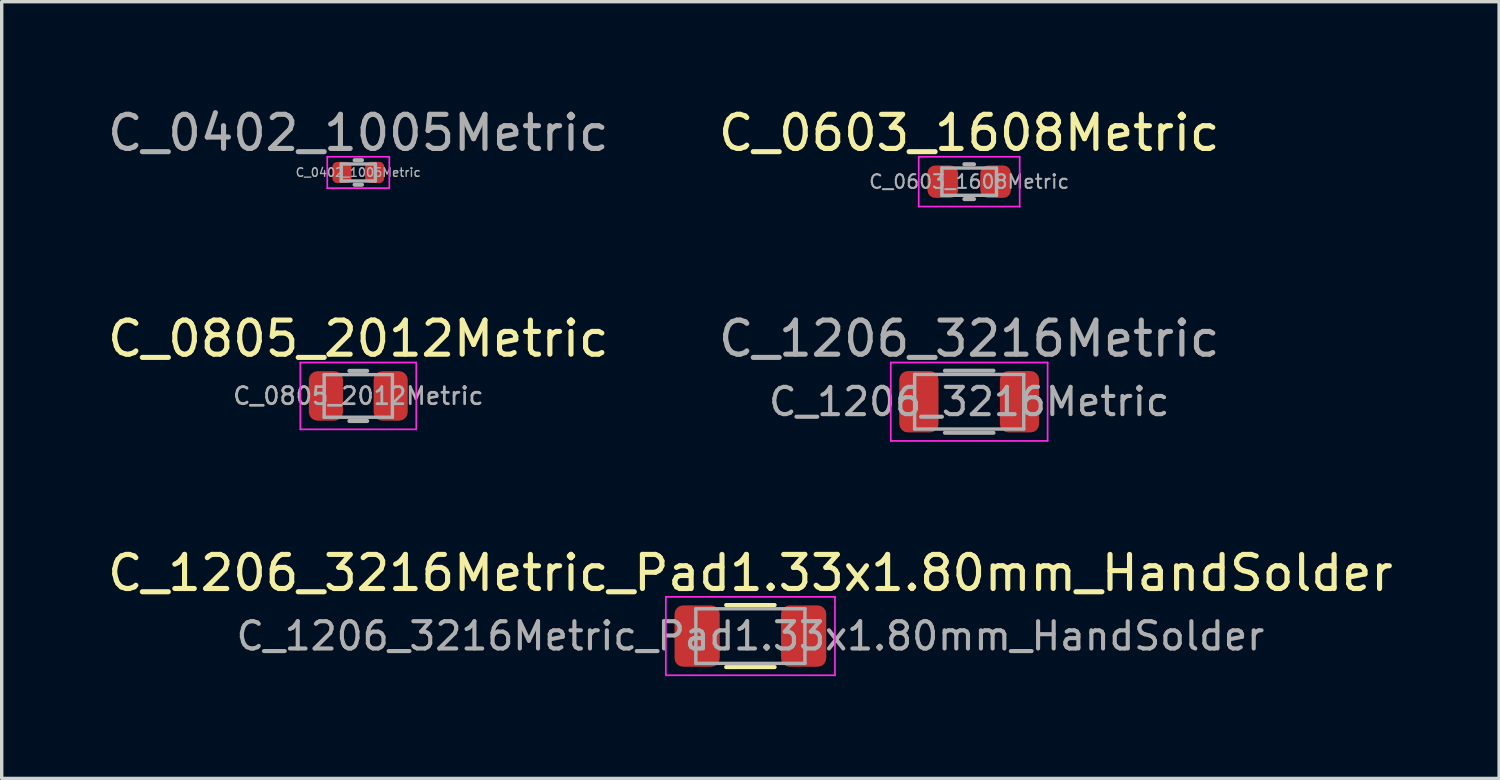
<source format=kicad_pcb>
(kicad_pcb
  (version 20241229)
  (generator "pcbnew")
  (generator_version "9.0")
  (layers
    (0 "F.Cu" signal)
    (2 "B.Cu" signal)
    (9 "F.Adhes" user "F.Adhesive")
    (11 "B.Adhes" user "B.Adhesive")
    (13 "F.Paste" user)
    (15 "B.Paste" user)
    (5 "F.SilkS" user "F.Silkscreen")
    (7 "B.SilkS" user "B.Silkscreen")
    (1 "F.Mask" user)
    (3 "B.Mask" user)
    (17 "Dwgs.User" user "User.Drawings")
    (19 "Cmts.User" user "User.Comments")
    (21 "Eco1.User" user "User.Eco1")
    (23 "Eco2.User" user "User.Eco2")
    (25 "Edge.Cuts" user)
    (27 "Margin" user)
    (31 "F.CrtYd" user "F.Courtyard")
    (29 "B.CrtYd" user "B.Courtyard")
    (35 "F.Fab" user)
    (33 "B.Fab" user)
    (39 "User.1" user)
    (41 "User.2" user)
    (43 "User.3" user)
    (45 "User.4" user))
  (footprint "C_1206_3216Metric_Pad1.33x1.80mm_HandSolder"
    (layer "F.Cu")
    (at 18.958 15.605)
    (property "Reference" "C_1206_3216Metric_Pad1.33x1.80mm_HandSolder" (at 0 -1.85 0) (layer "F.SilkS") (effects (font (size 1 1) (thickness 0.15))))
    (attr smd)
    (fp_line (start -0.711 -0.91) (end 0.711 -0.91) (stroke (width 0.12) (type solid)) (layer "F.SilkS"))
    (fp_line (start -0.711 0.91) (end 0.711 0.91) (stroke (width 0.12) (type solid)) (layer "F.SilkS"))
    (fp_line (start -2.48 -1.15) (end 2.48 -1.15) (stroke (width 0.05) (type solid)) (layer "F.CrtYd"))
    (fp_line (start -2.48 1.15) (end -2.48 -1.15) (stroke (width 0.05) (type solid)) (layer "F.CrtYd"))
    (fp_line (start 2.48 -1.15) (end 2.48 1.15) (stroke (width 0.05) (type solid)) (layer "F.CrtYd"))
    (fp_line (start 2.48 1.15) (end -2.48 1.15) (stroke (width 0.05) (type solid)) (layer "F.CrtYd"))
    (fp_line (start -1.6 -0.8) (end 1.6 -0.8) (stroke (width 0.1) (type solid)) (layer "F.Fab"))
    (fp_line (start -1.6 0.8) (end -1.6 -0.8) (stroke (width 0.1) (type solid)) (layer "F.Fab"))
    (fp_line (start 1.6 -0.8) (end 1.6 0.8) (stroke (width 0.1) (type solid)) (layer "F.Fab"))
    (fp_line (start 1.6 0.8) (end -1.6 0.8) (stroke (width 0.1) (type solid)) (layer "F.Fab"))
    (fp_text user "${REFERENCE}" (at 0 0 0) (layer "F.Fab") (effects (font (size 0.8 0.8) (thickness 0.12))))
    (pad "1" smd roundrect (at -1.562 0) (size 1.325 1.8) (layers "F.Cu" "F.Mask" "F.Paste") (roundrect_rratio 0.189))
    (pad "2" smd roundrect (at 1.562 0) (size 1.325 1.8) (layers "F.Cu" "F.Mask" "F.Paste") (roundrect_rratio 0.189)))
  (footprint "C_0805_2012Metric"
    (layer "F.Cu")
    (at 7.458 8.562)
    (property "Reference" "C_0805_2012Metric" (at 0 -1.68 0) (layer "F.SilkS") (effects (font (size 1 1) (thickness 0.15))))
    (attr smd)
    (fp_line (start -1.7 -0.98) (end 1.7 -0.98) (stroke (width 0.05) (type solid)) (layer "F.CrtYd"))
    (fp_line (start -1.7 0.98) (end -1.7 -0.98) (stroke (width 0.05) (type solid)) (layer "F.CrtYd"))
    (fp_line (start 1.7 -0.98) (end 1.7 0.98) (stroke (width 0.05) (type solid)) (layer "F.CrtYd"))
    (fp_line (start 1.7 0.98) (end -1.7 0.98) (stroke (width 0.05) (type solid)) (layer "F.CrtYd"))
    (fp_line (start -1 -0.625) (end 1 -0.625) (stroke (width 0.1) (type solid)) (layer "F.Fab"))
    (fp_line (start -1 0.625) (end -1 -0.625) (stroke (width 0.1) (type solid)) (layer "F.Fab"))
    (fp_line (start -0.261 -0.735) (end 0.261 -0.735) (stroke (width 0.12) (type solid)) (layer "F.Fab"))
    (fp_line (start -0.261 0.735) (end 0.261 0.735) (stroke (width 0.12) (type solid)) (layer "F.Fab"))
    (fp_line (start 1 -0.625) (end 1 0.625) (stroke (width 0.1) (type solid)) (layer "F.Fab"))
    (fp_line (start 1 0.625) (end -1 0.625) (stroke (width 0.1) (type solid)) (layer "F.Fab"))
    (fp_text user "${REFERENCE}" (at 0 0 0) (layer "F.Fab") (effects (font (size 0.5 0.5) (thickness 0.08))))
    (pad "1" smd roundrect (at -0.95 0) (size 1 1.45) (layers "F.Cu" "F.Mask" "F.Paste") (roundrect_rratio 0.25))
    (pad "2" smd roundrect (at 0.95 0) (size 1 1.45) (layers "F.Cu" "F.Mask" "F.Paste") (roundrect_rratio 0.25)))
  (footprint "C_1206_3216Metric"
    (layer "F.Cu")
    (at 25.375 8.732)
    (property "Reference" "C_1206_3216Metric" (at 0 -1.85 0) (layer "F.Fab") (effects (font (size 1 1) (thickness 0.15))))
    (attr smd)
    (fp_line (start -2.3 -1.15) (end 2.3 -1.15) (stroke (width 0.05) (type solid)) (layer "F.CrtYd"))
    (fp_line (start -2.3 1.15) (end -2.3 -1.15) (stroke (width 0.05) (type solid)) (layer "F.CrtYd"))
    (fp_line (start 2.3 -1.15) (end 2.3 1.15) (stroke (width 0.05) (type solid)) (layer "F.CrtYd"))
    (fp_line (start 2.3 1.15) (end -2.3 1.15) (stroke (width 0.05) (type solid)) (layer "F.CrtYd"))
    (fp_line (start -1.6 -0.8) (end 1.6 -0.8) (stroke (width 0.1) (type solid)) (layer "F.Fab"))
    (fp_line (start -1.6 0.8) (end -1.6 -0.8) (stroke (width 0.1) (type solid)) (layer "F.Fab"))
    (fp_line (start -0.711 -0.91) (end 0.711 -0.91) (stroke (width 0.12) (type solid)) (layer "F.Fab"))
    (fp_line (start -0.711 0.91) (end 0.711 0.91) (stroke (width 0.12) (type solid)) (layer "F.Fab"))
    (fp_line (start 1.6 -0.8) (end 1.6 0.8) (stroke (width 0.1) (type solid)) (layer "F.Fab"))
    (fp_line (start 1.6 0.8) (end -1.6 0.8) (stroke (width 0.1) (type solid)) (layer "F.Fab"))
    (fp_text user "${REFERENCE}" (at 0 0 0) (layer "F.Fab") (effects (font (size 0.8 0.8) (thickness 0.12))))
    (pad "1" smd roundrect (at -1.475 0) (size 1.15 1.8) (layers "F.Cu" "F.Mask" "F.Paste") (roundrect_rratio 0.217))
    (pad "2" smd roundrect (at 1.475 0) (size 1.15 1.8) (layers "F.Cu" "F.Mask" "F.Paste") (roundrect_rratio 0.217)))
  (footprint "C_0402_1005Metric"
    (layer "F.Cu")
    (at 7.458 2.008)
    (property "Reference" "C_0402_1005Metric" (at 0 -1.16 0) (layer "F.Fab") (effects (font (size 1 1) (thickness 0.15))))
    (attr smd)
    (fp_line (start -0.91 -0.46) (end 0.91 -0.46) (stroke (width 0.05) (type solid)) (layer "F.CrtYd"))
    (fp_line (start -0.91 0.46) (end -0.91 -0.46) (stroke (width 0.05) (type solid)) (layer "F.CrtYd"))
    (fp_line (start 0.91 -0.46) (end 0.91 0.46) (stroke (width 0.05) (type solid)) (layer "F.CrtYd"))
    (fp_line (start 0.91 0.46) (end -0.91 0.46) (stroke (width 0.05) (type solid)) (layer "F.CrtYd"))
    (fp_line (start -0.5 -0.25) (end 0.5 -0.25) (stroke (width 0.1) (type solid)) (layer "F.Fab"))
    (fp_line (start -0.5 0.25) (end -0.5 -0.25) (stroke (width 0.1) (type solid)) (layer "F.Fab"))
    (fp_line (start -0.108 -0.36) (end 0.108 -0.36) (stroke (width 0.12) (type solid)) (layer "F.Fab"))
    (fp_line (start -0.108 0.36) (end 0.108 0.36) (stroke (width 0.12) (type solid)) (layer "F.Fab"))
    (fp_line (start 0.5 -0.25) (end 0.5 0.25) (stroke (width 0.1) (type solid)) (layer "F.Fab"))
    (fp_line (start 0.5 0.25) (end -0.5 0.25) (stroke (width 0.1) (type solid)) (layer "F.Fab"))
    (fp_text user "${REFERENCE}" (at 0 0 0) (layer "F.Fab") (effects (font (size 0.25 0.25) (thickness 0.04))))
    (pad "1" smd roundrect (at -0.48 0) (size 0.56 0.62) (layers "F.Cu" "F.Mask" "F.Paste") (roundrect_rratio 0.25))
    (pad "2" smd roundrect (at 0.48 0) (size 0.56 0.62) (layers "F.Cu" "F.Mask" "F.Paste") (roundrect_rratio 0.25)))
  (footprint "C_0603_1608Metric"
    (layer "F.Cu")
    (at 25.375 2.278)
    (property "Reference" "C_0603_1608Metric" (at 0 -1.43 0) (layer "F.SilkS") (effects (font (size 1 1) (thickness 0.15))))
    (attr smd)
    (fp_line (start -1.48 -0.73) (end 1.48 -0.73) (stroke (width 0.05) (type solid)) (layer "F.CrtYd"))
    (fp_line (start -1.48 0.73) (end -1.48 -0.73) (stroke (width 0.05) (type solid)) (layer "F.CrtYd"))
    (fp_line (start 1.48 -0.73) (end 1.48 0.73) (stroke (width 0.05) (type solid)) (layer "F.CrtYd"))
    (fp_line (start 1.48 0.73) (end -1.48 0.73) (stroke (width 0.05) (type solid)) (layer "F.CrtYd"))
    (fp_line (start -0.8 -0.4) (end 0.8 -0.4) (stroke (width 0.1) (type solid)) (layer "F.Fab"))
    (fp_line (start -0.8 0.4) (end -0.8 -0.4) (stroke (width 0.1) (type solid)) (layer "F.Fab"))
    (fp_line (start -0.141 -0.51) (end 0.141 -0.51) (stroke (width 0.12) (type solid)) (layer "F.Fab"))
    (fp_line (start -0.141 0.51) (end 0.141 0.51) (stroke (width 0.12) (type solid)) (layer "F.Fab"))
    (fp_line (start 0.8 -0.4) (end 0.8 0.4) (stroke (width 0.1) (type solid)) (layer "F.Fab"))
    (fp_line (start 0.8 0.4) (end -0.8 0.4) (stroke (width 0.1) (type solid)) (layer "F.Fab"))
    (fp_text user "${REFERENCE}" (at 0 0 0) (layer "F.Fab") (effects (font (size 0.4 0.4) (thickness 0.06))))
    (pad "1" smd roundrect (at -0.775 0) (size 0.9 0.95) (layers "F.Cu" "F.Mask" "F.Paste") (roundrect_rratio 0.25))
    (pad "2" smd roundrect (at 0.775 0) (size 0.9 0.95) (layers "F.Cu" "F.Mask" "F.Paste") (roundrect_rratio 0.25)))
  (gr_rect
    (start -3 -3)
    (end 40.917 19.78)
    (stroke (width 0.1) (type default))
    (fill no)
    (layer "Edge.Cuts")))
</source>
